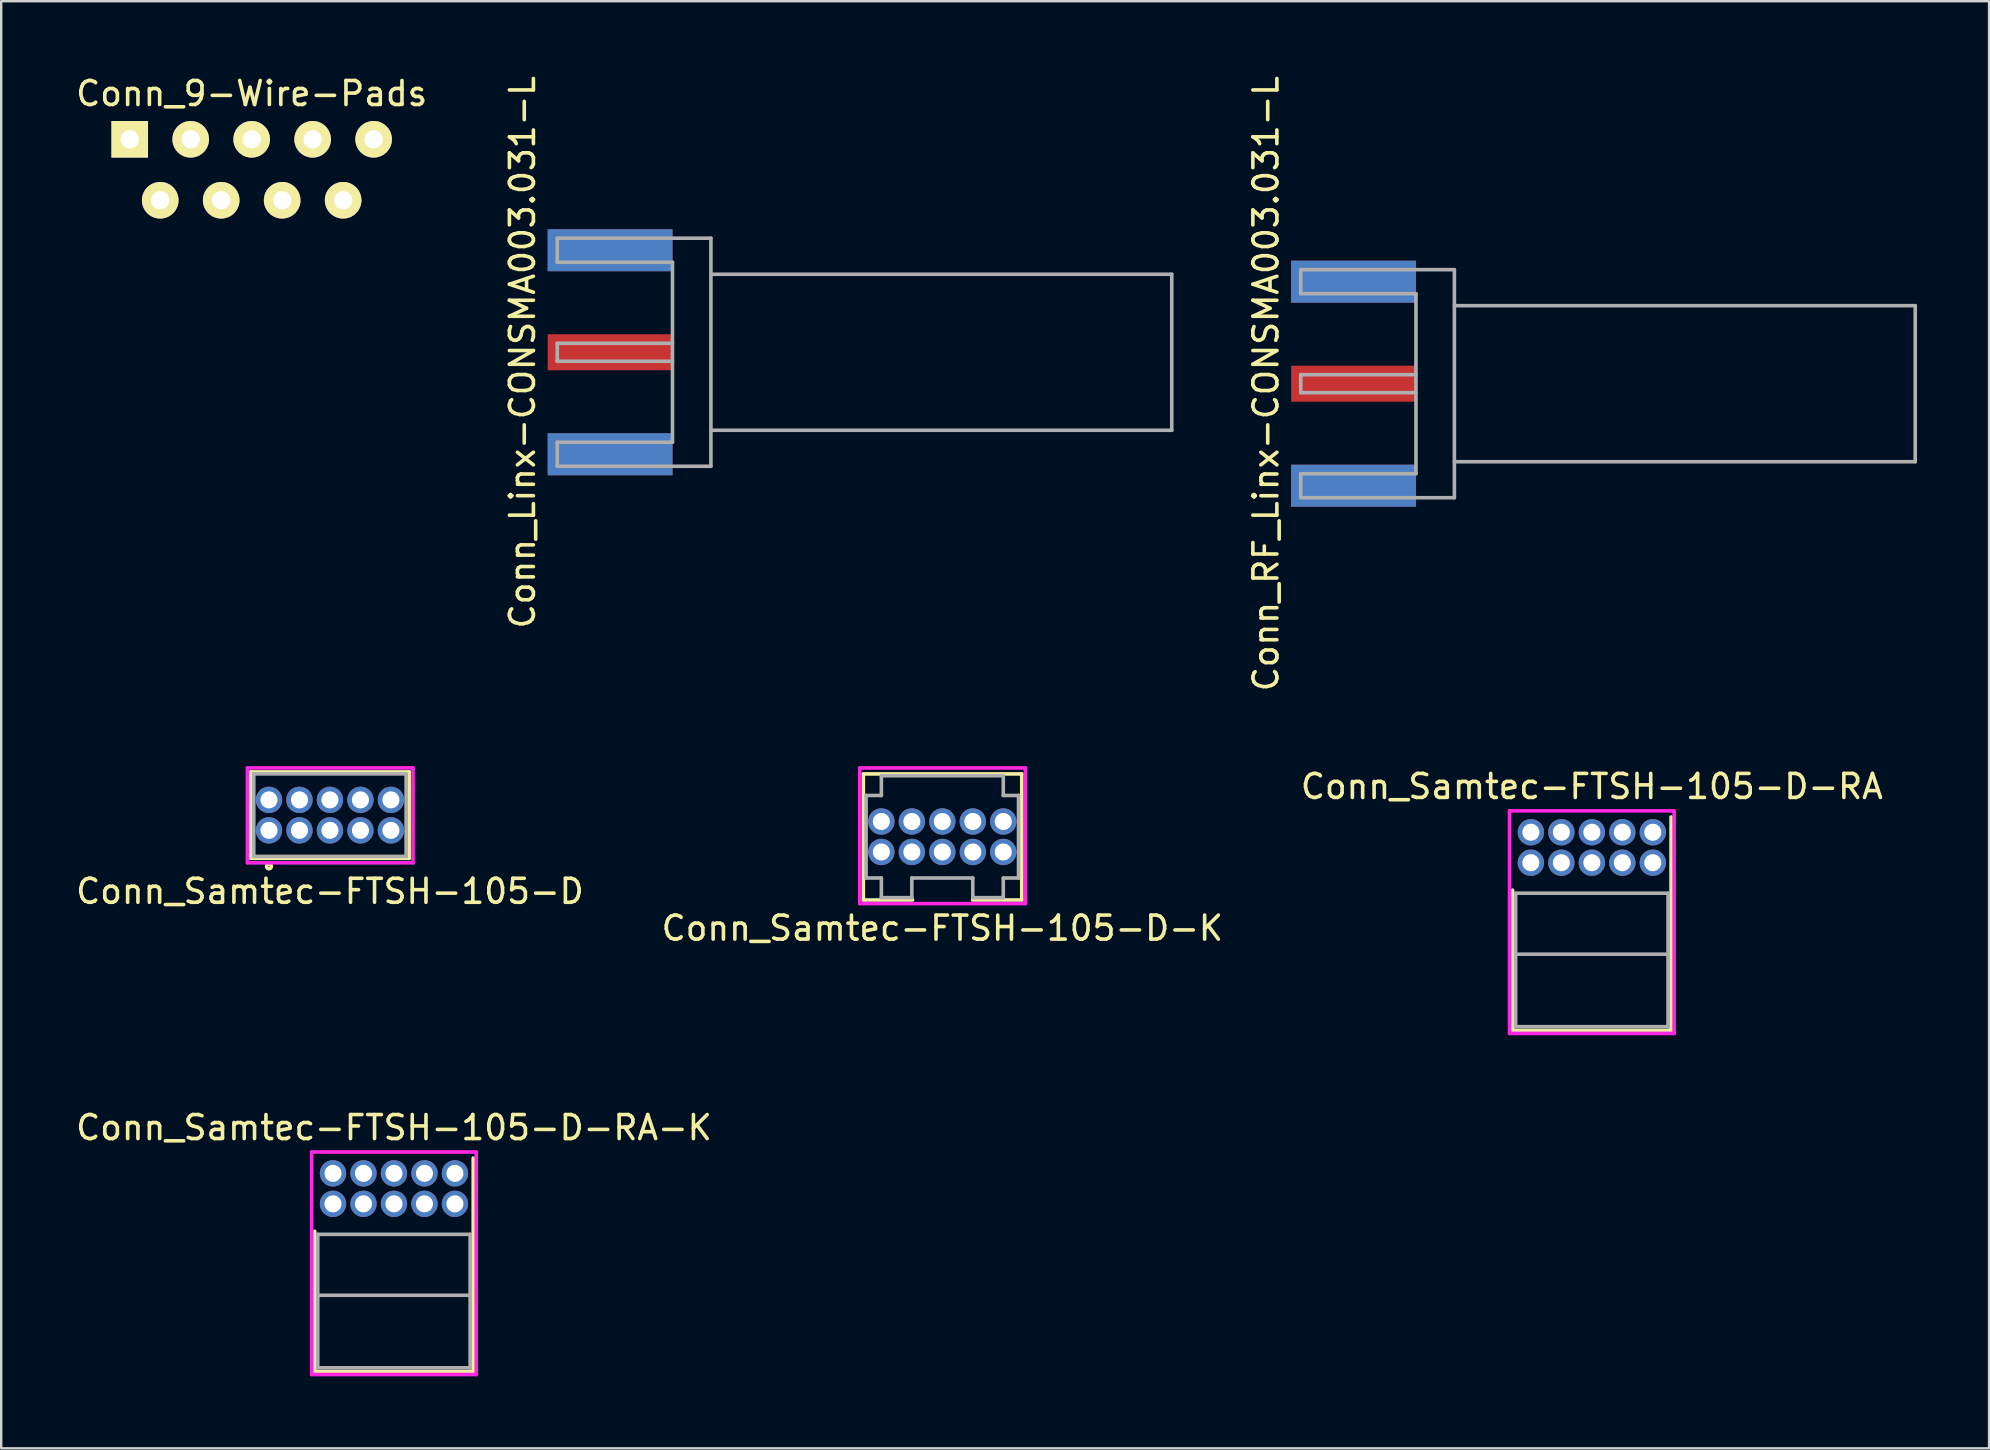
<source format=kicad_pcb>
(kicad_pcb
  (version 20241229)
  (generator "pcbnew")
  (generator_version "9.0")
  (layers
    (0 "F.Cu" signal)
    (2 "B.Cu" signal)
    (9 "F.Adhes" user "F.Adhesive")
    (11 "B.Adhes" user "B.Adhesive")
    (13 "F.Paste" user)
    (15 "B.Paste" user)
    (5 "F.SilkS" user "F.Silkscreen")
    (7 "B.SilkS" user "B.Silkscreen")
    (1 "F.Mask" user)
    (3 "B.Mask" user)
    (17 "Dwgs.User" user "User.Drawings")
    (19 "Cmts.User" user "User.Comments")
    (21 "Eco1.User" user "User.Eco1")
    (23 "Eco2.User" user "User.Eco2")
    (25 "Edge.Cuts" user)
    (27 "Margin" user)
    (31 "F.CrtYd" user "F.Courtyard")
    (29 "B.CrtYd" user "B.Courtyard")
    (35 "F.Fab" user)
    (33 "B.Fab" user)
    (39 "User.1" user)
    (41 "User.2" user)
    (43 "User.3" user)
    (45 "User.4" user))
  (footprint "Conn_Samtec-FTSH-105-D-RA-K"
    (layer "F.Cu")
    (at 15.903 45.833)
    (property "Reference" "Conn_Samtec-FTSH-105-D-RA-K" (at -2.54 -1.905 0) (layer "F.SilkS") (effects (font (size 1 1) (thickness 0.15))))
    (attr through_hole)
    (fp_line (start -5.842 8.255) (end -5.842 2.413) (stroke (width 0.15) (type solid)) (layer "F.SilkS"))
    (fp_line (start -5.842 8.255) (end 0.762 8.255) (stroke (width 0.15) (type solid)) (layer "F.SilkS"))
    (fp_line (start 0.762 -0.635) (end 0.762 8.255) (stroke (width 0.15) (type solid)) (layer "F.SilkS"))
    (fp_line (start -5.969 -0.889) (end 0.889 -0.889) (stroke (width 0.15) (type solid)) (layer "F.CrtYd"))
    (fp_line (start -5.969 8.382) (end -5.969 -0.889) (stroke (width 0.15) (type solid)) (layer "F.CrtYd"))
    (fp_line (start 0.889 -0.889) (end 0.889 8.382) (stroke (width 0.15) (type solid)) (layer "F.CrtYd"))
    (fp_line (start 0.889 8.382) (end -5.969 8.382) (stroke (width 0.15) (type solid)) (layer "F.CrtYd"))
    (fp_line (start -5.715 2.54) (end 0.635 2.54) (stroke (width 0.15) (type solid)) (layer "F.Fab"))
    (fp_line (start -5.715 5.08) (end 0.635 5.08) (stroke (width 0.15) (type solid)) (layer "F.Fab"))
    (fp_line (start -5.715 8.1) (end -5.715 2.54) (stroke (width 0.15) (type solid)) (layer "F.Fab"))
    (fp_line (start 0.635 2.54) (end 0.635 8.1) (stroke (width 0.15) (type solid)) (layer "F.Fab"))
    (fp_line (start 0.635 8.1) (end -5.715 8.1) (stroke (width 0.15) (type solid)) (layer "F.Fab"))
    (pad "1" thru_hole circle (at 0 0) (size 1.1 1.1) (drill 0.71) (layers "*.Cu" "*.Mask"))
    (pad "2" thru_hole circle (at 0 1.27) (size 1.1 1.1) (drill 0.71) (layers "*.Cu" "*.Mask"))
    (pad "3" thru_hole circle (at -1.27 0) (size 1.1 1.1) (drill 0.71) (layers "*.Cu" "*.Mask"))
    (pad "4" thru_hole circle (at -1.27 1.27) (size 1.1 1.1) (drill 0.71) (layers "*.Cu" "*.Mask"))
    (pad "5" thru_hole circle (at -2.54 0) (size 1.1 1.1) (drill 0.71) (layers "*.Cu" "*.Mask"))
    (pad "6" thru_hole circle (at -2.54 1.27) (size 1.1 1.1) (drill 0.71) (layers "*.Cu" "*.Mask"))
    (pad "7" thru_hole circle (at -3.81 0) (size 1.1 1.1) (drill 0.71) (layers "*.Cu" "*.Mask"))
    (pad "8" thru_hole circle (at -3.81 1.27) (size 1.1 1.1) (drill 0.71) (layers "*.Cu" "*.Mask"))
    (pad "9" thru_hole circle (at -5.08 0) (size 1.1 1.1) (drill 0.71) (layers "*.Cu" "*.Mask"))
    (pad "10" thru_hole circle (at -5.08 1.27) (size 1.1 1.1) (drill 0.71) (layers "*.Cu" "*.Mask")))
  (footprint "Conn_RF_Linx-CONSMA003.031-L"
    (layer "F.Cu")
    (at 55.941 12.935)
    (property "Reference" "Conn_RF_Linx-CONSMA003.031-L" (at -6.25 0 90) (layer "F.SilkS") (effects (font (size 1 1) (thickness 0.15))))
    (attr through_hole)
    (fp_line (start -4.8 -4.75) (end 1.6 -4.75) (stroke (width 0.15) (type solid)) (layer "F.Fab"))
    (fp_line (start -4.8 -3.75) (end -4.8 -4.75) (stroke (width 0.15) (type solid)) (layer "F.Fab"))
    (fp_line (start -4.8 -0.375) (end -4.8 0.375) (stroke (width 0.15) (type solid)) (layer "F.Fab"))
    (fp_line (start -4.8 0.375) (end 0 0.375) (stroke (width 0.15) (type solid)) (layer "F.Fab"))
    (fp_line (start -4.8 3.75) (end 0 3.75) (stroke (width 0.15) (type solid)) (layer "F.Fab"))
    (fp_line (start -4.8 4.75) (end -4.8 3.75) (stroke (width 0.15) (type solid)) (layer "F.Fab"))
    (fp_line (start 0 -3.75) (end -4.8 -3.75) (stroke (width 0.15) (type solid)) (layer "F.Fab"))
    (fp_line (start 0 -0.375) (end -4.8 -0.375) (stroke (width 0.15) (type solid)) (layer "F.Fab"))
    (fp_line (start 0 3.75) (end 0 -3.75) (stroke (width 0.15) (type solid)) (layer "F.Fab"))
    (fp_line (start 1.6 -4.75) (end 1.6 4.75) (stroke (width 0.15) (type solid)) (layer "F.Fab"))
    (fp_line (start 1.6 -3.25) (end 20.8 -3.25) (stroke (width 0.15) (type solid)) (layer "F.Fab"))
    (fp_line (start 1.6 4.75) (end -4.8 4.75) (stroke (width 0.15) (type solid)) (layer "F.Fab"))
    (fp_line (start 20.8 -3.25) (end 20.8 3.25) (stroke (width 0.15) (type solid)) (layer "F.Fab"))
    (fp_line (start 20.8 3.25) (end 1.6 3.25) (stroke (width 0.15) (type solid)) (layer "F.Fab"))
    (pad "1" smd rect (at -2.6 0) (size 5.2 1.5) (layers "F.Cu" "F.Mask"))
    (pad "2" smd rect (at -2.6 -4.25) (size 5.2 1.75) (layers "*.Cu" "*.Mask"))
    (pad "2" smd rect (at -2.6 4.25) (size 5.2 1.75) (layers "*.Cu" "*.Mask")))
  (footprint "Conn_Samtec-FTSH-105-D"
    (layer "F.Cu")
    (at 8.156 31.544)
    (property "Reference" "Conn_Samtec-FTSH-105-D" (at 2.54 2.54 0) (layer "F.SilkS") (effects (font (size 1 1) (thickness 0.15))))
    (attr through_hole)
    (fp_line (start -0.76 -2.435) (end 5.84 -2.435) (stroke (width 0.15) (type solid)) (layer "F.SilkS"))
    (fp_line (start -0.76 1.165) (end -0.76 -2.435) (stroke (width 0.15) (type solid)) (layer "F.SilkS"))
    (fp_line (start 5.84 -2.435) (end 5.84 1.165) (stroke (width 0.15) (type solid)) (layer "F.SilkS"))
    (fp_line (start 5.84 1.165) (end -0.76 1.165) (stroke (width 0.15) (type solid)) (layer "F.SilkS"))
    (fp_circle (center 0 1.5) (end 0 1.4) (stroke (width 0.15) (type solid)) (fill no) (layer "F.SilkS"))
    (fp_line (start -0.9 -2.6) (end 6 -2.6) (stroke (width 0.15) (type solid)) (layer "F.CrtYd"))
    (fp_line (start -0.9 1.35) (end -0.9 -2.6) (stroke (width 0.15) (type solid)) (layer "F.CrtYd"))
    (fp_line (start 6 -2.6) (end 6 1.35) (stroke (width 0.15) (type solid)) (layer "F.CrtYd"))
    (fp_line (start 6 1.35) (end -0.9 1.35) (stroke (width 0.15) (type solid)) (layer "F.CrtYd"))
    (fp_line (start -0.635 -2.355) (end -0.635 1.085) (stroke (width 0.15) (type solid)) (layer "F.Fab"))
    (fp_line (start -0.635 1.085) (end 5.715 1.085) (stroke (width 0.15) (type solid)) (layer "F.Fab"))
    (fp_line (start 5.715 -2.355) (end -0.635 -2.355) (stroke (width 0.15) (type solid)) (layer "F.Fab"))
    (fp_line (start 5.715 1.085) (end 5.715 -2.355) (stroke (width 0.15) (type solid)) (layer "F.Fab"))
    (pad "1" thru_hole circle (at 0 0) (size 1.1 1.1) (drill 0.71) (layers "*.Cu" "*.Mask"))
    (pad "2" thru_hole circle (at 0 -1.27) (size 1.1 1.1) (drill 0.71) (layers "*.Cu" "*.Mask"))
    (pad "3" thru_hole circle (at 1.27 0) (size 1.1 1.1) (drill 0.71) (layers "*.Cu" "*.Mask"))
    (pad "4" thru_hole circle (at 1.27 -1.27) (size 1.1 1.1) (drill 0.71) (layers "*.Cu" "*.Mask"))
    (pad "5" thru_hole circle (at 2.54 0) (size 1.1 1.1) (drill 0.71) (layers "*.Cu" "*.Mask"))
    (pad "6" thru_hole circle (at 2.54 -1.27) (size 1.1 1.1) (drill 0.71) (layers "*.Cu" "*.Mask"))
    (pad "7" thru_hole circle (at 3.81 0) (size 1.1 1.1) (drill 0.71) (layers "*.Cu" "*.Mask"))
    (pad "8" thru_hole circle (at 3.81 -1.27) (size 1.1 1.1) (drill 0.71) (layers "*.Cu" "*.Mask"))
    (pad "9" thru_hole circle (at 5.08 0) (size 1.1 1.1) (drill 0.71) (layers "*.Cu" "*.Mask"))
    (pad "10" thru_hole circle (at 5.08 -1.27) (size 1.1 1.1) (drill 0.71) (layers "*.Cu" "*.Mask")))
  (footprint "Conn_9-Wire-Pads"
    (layer "F.Cu")
    (at 2.355 2.753)
    (property "Reference" "Conn_9-Wire-Pads" (at 5.08 -1.905 0) (layer "F.SilkS") (effects (font (size 1 1) (thickness 0.15))))
    (attr through_hole)
    (pad "1" thru_hole rect (at 0 0) (size 1.524 1.524) (drill 0.762) (layers "*.Cu" "*.Mask" "F.SilkS"))
    (pad "2" thru_hole circle (at 2.54 0) (size 1.524 1.524) (drill 0.762) (layers "*.Cu" "*.Mask" "F.SilkS"))
    (pad "3" thru_hole circle (at 5.08 0) (size 1.524 1.524) (drill 0.762) (layers "*.Cu" "*.Mask" "F.SilkS"))
    (pad "4" thru_hole circle (at 7.62 0) (size 1.524 1.524) (drill 0.762) (layers "*.Cu" "*.Mask" "F.SilkS"))
    (pad "5" thru_hole circle (at 10.16 0) (size 1.524 1.524) (drill 0.762) (layers "*.Cu" "*.Mask" "F.SilkS"))
    (pad "6" thru_hole circle (at 1.27 2.54) (size 1.524 1.524) (drill 0.762) (layers "*.Cu" "*.Mask" "F.SilkS"))
    (pad "7" thru_hole circle (at 3.81 2.54) (size 1.524 1.524) (drill 0.762) (layers "*.Cu" "*.Mask" "F.SilkS"))
    (pad "8" thru_hole circle (at 6.35 2.54) (size 1.524 1.524) (drill 0.762) (layers "*.Cu" "*.Mask" "F.SilkS"))
    (pad "9" thru_hole circle (at 8.89 2.54) (size 1.524 1.524) (drill 0.762) (layers "*.Cu" "*.Mask" "F.SilkS")))
  (footprint "Conn_Samtec-FTSH-105-D-K"
    (layer "F.Cu")
    (at 33.668 32.444)
    (property "Reference" "Conn_Samtec-FTSH-105-D-K" (at 2.54 3.175 0) (layer "F.SilkS") (effects (font (size 1 1) (thickness 0.15))))
    (attr through_hole)
    (fp_line (start -0.75 -3.25) (end 5.85 -3.25) (stroke (width 0.15) (type solid)) (layer "F.SilkS"))
    (fp_line (start -0.75 2) (end -0.75 -3.25) (stroke (width 0.15) (type solid)) (layer "F.SilkS"))
    (fp_line (start 1.3 2) (end -0.75 2) (stroke (width 0.15) (type solid)) (layer "F.SilkS"))
    (fp_line (start 5.85 -3.25) (end 5.85 2) (stroke (width 0.15) (type solid)) (layer "F.SilkS"))
    (fp_line (start 5.85 2) (end 3.8 2) (stroke (width 0.15) (type solid)) (layer "F.SilkS"))
    (fp_line (start -0.9 -3.5) (end 6 -3.5) (stroke (width 0.15) (type solid)) (layer "F.CrtYd"))
    (fp_line (start -0.9 2.15) (end -0.9 -3.5) (stroke (width 0.15) (type solid)) (layer "F.CrtYd"))
    (fp_line (start 6 -3.5) (end 6 2.15) (stroke (width 0.15) (type solid)) (layer "F.CrtYd"))
    (fp_line (start 6 2.15) (end -0.9 2.15) (stroke (width 0.15) (type solid)) (layer "F.CrtYd"))
    (fp_line (start -0.635 -2.355) (end -0.635 1.085) (stroke (width 0.15) (type solid)) (layer "F.Fab"))
    (fp_line (start 0 -3.175) (end 0 -2.355) (stroke (width 0.15) (type solid)) (layer "F.Fab"))
    (fp_line (start 0 -3.175) (end 5.08 -3.175) (stroke (width 0.15) (type solid)) (layer "F.Fab"))
    (fp_line (start 0 -2.355) (end -0.635 -2.355) (stroke (width 0.15) (type solid)) (layer "F.Fab"))
    (fp_line (start 0 1.085) (end -0.635 1.085) (stroke (width 0.15) (type solid)) (layer "F.Fab"))
    (fp_line (start 0 1.905) (end 0 1.085) (stroke (width 0.15) (type solid)) (layer "F.Fab"))
    (fp_line (start 0 1.905) (end 1.27 1.905) (stroke (width 0.15) (type solid)) (layer "F.Fab"))
    (fp_line (start 1.27 1.085) (end 1.27 1.905) (stroke (width 0.15) (type solid)) (layer "F.Fab"))
    (fp_line (start 3.81 1.085) (end 1.27 1.085) (stroke (width 0.15) (type solid)) (layer "F.Fab"))
    (fp_line (start 3.81 1.905) (end 3.81 1.085) (stroke (width 0.15) (type solid)) (layer "F.Fab"))
    (fp_line (start 3.81 1.905) (end 5.08 1.905) (stroke (width 0.15) (type solid)) (layer "F.Fab"))
    (fp_line (start 5.08 -3.175) (end 5.08 -2.355) (stroke (width 0.15) (type solid)) (layer "F.Fab"))
    (fp_line (start 5.08 -2.355) (end 5.715 -2.355) (stroke (width 0.15) (type solid)) (layer "F.Fab"))
    (fp_line (start 5.08 1.085) (end 5.715 1.085) (stroke (width 0.15) (type solid)) (layer "F.Fab"))
    (fp_line (start 5.08 1.905) (end 5.08 1.085) (stroke (width 0.15) (type solid)) (layer "F.Fab"))
    (fp_line (start 5.715 1.085) (end 5.715 -2.355) (stroke (width 0.15) (type solid)) (layer "F.Fab"))
    (pad "1" thru_hole circle (at 0 0) (size 1.1 1.1) (drill 0.71) (layers "*.Cu" "*.Mask"))
    (pad "2" thru_hole circle (at 0 -1.27) (size 1.1 1.1) (drill 0.71) (layers "*.Cu" "*.Mask"))
    (pad "3" thru_hole circle (at 1.27 0) (size 1.1 1.1) (drill 0.71) (layers "*.Cu" "*.Mask"))
    (pad "4" thru_hole circle (at 1.27 -1.27) (size 1.1 1.1) (drill 0.71) (layers "*.Cu" "*.Mask"))
    (pad "5" thru_hole circle (at 2.54 0) (size 1.1 1.1) (drill 0.71) (layers "*.Cu" "*.Mask"))
    (pad "6" thru_hole circle (at 2.54 -1.27) (size 1.1 1.1) (drill 0.71) (layers "*.Cu" "*.Mask"))
    (pad "7" thru_hole circle (at 3.81 0) (size 1.1 1.1) (drill 0.71) (layers "*.Cu" "*.Mask"))
    (pad "8" thru_hole circle (at 3.81 -1.27) (size 1.1 1.1) (drill 0.71) (layers "*.Cu" "*.Mask"))
    (pad "9" thru_hole circle (at 5.08 0) (size 1.1 1.1) (drill 0.71) (layers "*.Cu" "*.Mask"))
    (pad "10" thru_hole circle (at 5.08 -1.27) (size 1.1 1.1) (drill 0.71) (layers "*.Cu" "*.Mask")))
  (footprint "Conn_Linx-CONSMA003.031-L"
    (layer "F.Cu")
    (at 24.967 11.625)
    (property "Reference" "Conn_Linx-CONSMA003.031-L" (at -6.25 0 270) (layer "F.SilkS") (effects (font (size 1 1) (thickness 0.15))))
    (attr through_hole)
    (fp_line (start -4.8 -4.75) (end 1.6 -4.75) (stroke (width 0.15) (type solid)) (layer "F.Fab"))
    (fp_line (start -4.8 -3.75) (end -4.8 -4.75) (stroke (width 0.15) (type solid)) (layer "F.Fab"))
    (fp_line (start -4.8 -0.375) (end -4.8 0.375) (stroke (width 0.15) (type solid)) (layer "F.Fab"))
    (fp_line (start -4.8 0.375) (end 0 0.375) (stroke (width 0.15) (type solid)) (layer "F.Fab"))
    (fp_line (start -4.8 3.75) (end 0 3.75) (stroke (width 0.15) (type solid)) (layer "F.Fab"))
    (fp_line (start -4.8 4.75) (end -4.8 3.75) (stroke (width 0.15) (type solid)) (layer "F.Fab"))
    (fp_line (start 0 -3.75) (end -4.8 -3.75) (stroke (width 0.15) (type solid)) (layer "F.Fab"))
    (fp_line (start 0 -0.375) (end -4.8 -0.375) (stroke (width 0.15) (type solid)) (layer "F.Fab"))
    (fp_line (start 0 3.75) (end 0 -3.75) (stroke (width 0.15) (type solid)) (layer "F.Fab"))
    (fp_line (start 1.6 -4.75) (end 1.6 4.75) (stroke (width 0.15) (type solid)) (layer "F.Fab"))
    (fp_line (start 1.6 -3.25) (end 20.8 -3.25) (stroke (width 0.15) (type solid)) (layer "F.Fab"))
    (fp_line (start 1.6 4.75) (end -4.8 4.75) (stroke (width 0.15) (type solid)) (layer "F.Fab"))
    (fp_line (start 20.8 -3.25) (end 20.8 3.25) (stroke (width 0.15) (type solid)) (layer "F.Fab"))
    (fp_line (start 20.8 3.25) (end 1.6 3.25) (stroke (width 0.15) (type solid)) (layer "F.Fab"))
    (pad "1" smd rect (at -2.6 0) (size 5.2 1.5) (layers "F.Cu" "F.Mask"))
    (pad "2" smd rect (at -2.6 -4.25) (size 5.2 1.75) (layers "*.Cu" "*.Mask"))
    (pad "2" smd rect (at -2.6 4.25) (size 5.2 1.75) (layers "*.Cu" "*.Mask")))
  (footprint "Conn_Samtec-FTSH-105-D-RA"
    (layer "F.Cu")
    (at 65.808 31.622)
    (property "Reference" "Conn_Samtec-FTSH-105-D-RA" (at -2.54 -1.905 0) (layer "F.SilkS") (effects (font (size 1 1) (thickness 0.15))))
    (attr through_hole)
    (fp_line (start -5.842 8.255) (end -5.842 2.413) (stroke (width 0.15) (type solid)) (layer "F.SilkS"))
    (fp_line (start -5.842 8.255) (end 0.762 8.255) (stroke (width 0.15) (type solid)) (layer "F.SilkS"))
    (fp_line (start 0.762 -0.635) (end 0.762 8.255) (stroke (width 0.15) (type solid)) (layer "F.SilkS"))
    (fp_line (start -5.969 -0.889) (end 0.889 -0.889) (stroke (width 0.15) (type solid)) (layer "F.CrtYd"))
    (fp_line (start -5.969 8.382) (end -5.969 -0.889) (stroke (width 0.15) (type solid)) (layer "F.CrtYd"))
    (fp_line (start 0.889 -0.889) (end 0.889 8.382) (stroke (width 0.15) (type solid)) (layer "F.CrtYd"))
    (fp_line (start 0.889 8.382) (end -5.969 8.382) (stroke (width 0.15) (type solid)) (layer "F.CrtYd"))
    (fp_line (start -5.715 2.54) (end 0.635 2.54) (stroke (width 0.15) (type solid)) (layer "F.Fab"))
    (fp_line (start -5.715 5.08) (end 0.635 5.08) (stroke (width 0.15) (type solid)) (layer "F.Fab"))
    (fp_line (start -5.715 8.1) (end -5.715 2.54) (stroke (width 0.15) (type solid)) (layer "F.Fab"))
    (fp_line (start 0.635 2.54) (end 0.635 8.1) (stroke (width 0.15) (type solid)) (layer "F.Fab"))
    (fp_line (start 0.635 8.1) (end -5.715 8.1) (stroke (width 0.15) (type solid)) (layer "F.Fab"))
    (pad "1" thru_hole circle (at 0 0 180) (size 1.1 1.1) (drill 0.71) (layers "*.Cu" "*.Mask"))
    (pad "2" thru_hole circle (at 0 1.27 180) (size 1.1 1.1) (drill 0.71) (layers "*.Cu" "*.Mask"))
    (pad "3" thru_hole circle (at -1.27 0 180) (size 1.1 1.1) (drill 0.71) (layers "*.Cu" "*.Mask"))
    (pad "4" thru_hole circle (at -1.27 1.27 180) (size 1.1 1.1) (drill 0.71) (layers "*.Cu" "*.Mask"))
    (pad "5" thru_hole circle (at -2.54 0 180) (size 1.1 1.1) (drill 0.71) (layers "*.Cu" "*.Mask"))
    (pad "6" thru_hole circle (at -2.54 1.27 180) (size 1.1 1.1) (drill 0.71) (layers "*.Cu" "*.Mask"))
    (pad "7" thru_hole circle (at -3.81 0 180) (size 1.1 1.1) (drill 0.71) (layers "*.Cu" "*.Mask"))
    (pad "8" thru_hole circle (at -3.81 1.27 180) (size 1.1 1.1) (drill 0.71) (layers "*.Cu" "*.Mask"))
    (pad "9" thru_hole circle (at -5.08 0 180) (size 1.1 1.1) (drill 0.71) (layers "*.Cu" "*.Mask"))
    (pad "10" thru_hole circle (at -5.08 1.27 180) (size 1.1 1.1) (drill 0.71) (layers "*.Cu" "*.Mask")))
  (gr_rect
    (start -3 -3)
    (end 79.816 57.29)
    (stroke (width 0.1) (type default))
    (fill no)
    (layer "Edge.Cuts")))
</source>
